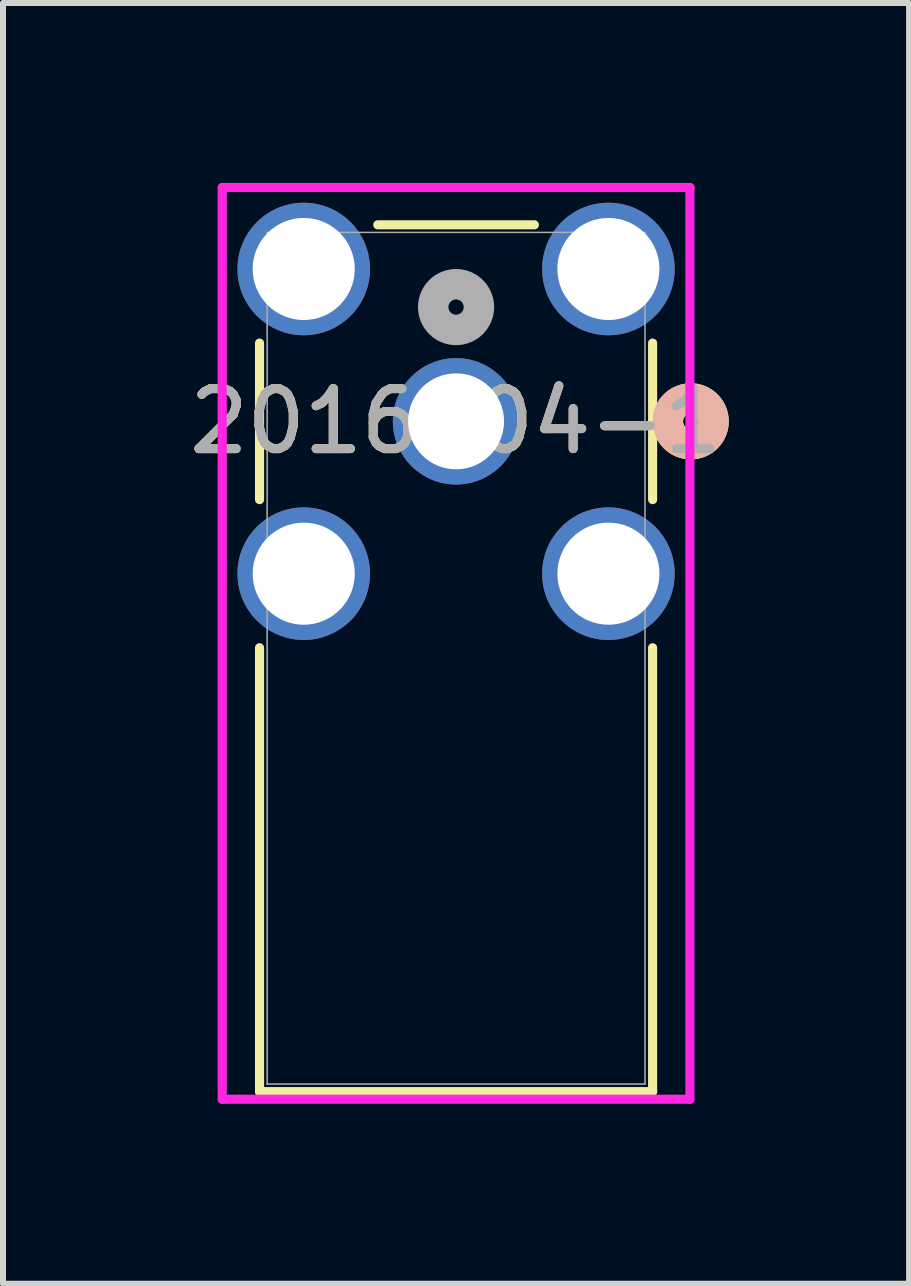
<source format=kicad_pcb>
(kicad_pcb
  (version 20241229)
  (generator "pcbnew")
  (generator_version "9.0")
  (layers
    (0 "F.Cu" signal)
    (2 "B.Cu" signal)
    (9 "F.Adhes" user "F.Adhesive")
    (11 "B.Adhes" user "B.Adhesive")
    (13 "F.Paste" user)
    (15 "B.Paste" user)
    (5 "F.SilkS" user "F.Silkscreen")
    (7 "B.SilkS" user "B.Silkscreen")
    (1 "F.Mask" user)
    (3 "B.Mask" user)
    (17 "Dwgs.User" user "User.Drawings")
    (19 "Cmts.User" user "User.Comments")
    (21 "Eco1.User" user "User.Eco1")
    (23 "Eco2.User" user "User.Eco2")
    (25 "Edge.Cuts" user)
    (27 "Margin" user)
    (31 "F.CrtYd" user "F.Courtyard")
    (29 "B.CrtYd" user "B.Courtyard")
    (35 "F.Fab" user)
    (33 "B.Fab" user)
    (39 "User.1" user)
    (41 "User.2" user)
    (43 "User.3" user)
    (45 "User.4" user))
  (footprint "2016504-1"
    (layer "F.Cu")
    (at 4.554 3.975)
    (property "Reference" "2016504-1" (at 0 0 0) (unlocked yes) (layer "F.SilkS") (effects (font (size 1 1) (thickness 0.15))))
    (attr through_hole)
    (fp_line (start -3.277 -1.305) (end -3.277 1.305) (stroke (width 0.152) (type solid)) (layer "F.SilkS"))
    (fp_line (start -3.277 3.775) (end -3.277 11.176) (stroke (width 0.152) (type solid)) (layer "F.SilkS"))
    (fp_line (start -3.277 11.176) (end 3.277 11.176) (stroke (width 0.152) (type solid)) (layer "F.SilkS"))
    (fp_line (start 1.306 -3.277) (end -1.306 -3.277) (stroke (width 0.152) (type solid)) (layer "F.SilkS"))
    (fp_line (start 3.277 1.305) (end 3.277 -1.305) (stroke (width 0.152) (type solid)) (layer "F.SilkS"))
    (fp_line (start 3.277 11.176) (end 3.277 3.775) (stroke (width 0.152) (type solid)) (layer "F.SilkS"))
    (fp_circle (center 3.912 0) (end 4.293 0) (stroke (width 0.508) (type solid)) (fill no) (layer "F.SilkS"))
    (fp_circle (center 3.912 0) (end 4.293 0) (stroke (width 0.508) (type solid)) (fill no) (layer "B.SilkS"))
    (fp_line (start -3.899 -3.899) (end -3.899 11.303) (stroke (width 0.152) (type solid)) (layer "F.CrtYd"))
    (fp_line (start -3.899 11.303) (end 3.899 11.303) (stroke (width 0.152) (type solid)) (layer "F.CrtYd"))
    (fp_line (start 3.899 -3.899) (end -3.899 -3.899) (stroke (width 0.152) (type solid)) (layer "F.CrtYd"))
    (fp_line (start 3.899 11.303) (end 3.899 -3.899) (stroke (width 0.152) (type solid)) (layer "F.CrtYd"))
    (fp_line (start -3.15 -3.15) (end -3.15 11.049) (stroke (width 0.025) (type solid)) (layer "F.Fab"))
    (fp_line (start -3.15 11.049) (end 3.15 11.049) (stroke (width 0.025) (type solid)) (layer "F.Fab"))
    (fp_line (start 3.15 -3.15) (end -3.15 -3.15) (stroke (width 0.025) (type solid)) (layer "F.Fab"))
    (fp_line (start 3.15 11.049) (end 3.15 -3.15) (stroke (width 0.025) (type solid)) (layer "F.Fab"))
    (fp_circle (center 0 -1.905) (end 0.381 -1.905) (stroke (width 0.508) (type solid)) (fill no) (layer "F.Fab"))
    (fp_text user "${REFERENCE}" (at 0 0 0) (unlocked yes) (layer "F.Fab") (effects (font (size 1 1) (thickness 0.15))))
    (pad "1" thru_hole circle (at 0 0) (size 2.108 2.108) (drill 1.6) (layers "*.Cu" "*.Mask"))
    (pad "2" thru_hole circle (at -2.54 -2.54) (size 2.21 2.21) (drill 1.702) (layers "*.Cu" "*.Mask"))
    (pad "3" thru_hole circle (at 2.54 -2.54) (size 2.21 2.21) (drill 1.702) (layers "*.Cu" "*.Mask"))
    (pad "4" thru_hole circle (at -2.54 2.54) (size 2.21 2.21) (drill 1.702) (layers "*.Cu" "*.Mask"))
    (pad "5" thru_hole circle (at 2.54 2.54) (size 2.21 2.21) (drill 1.702) (layers "*.Cu" "*.Mask")))
  (gr_rect
    (start -3 -3)
    (end 12.107 18.354)
    (stroke (width 0.1) (type default))
    (fill no)
    (layer "Edge.Cuts")))
</source>
